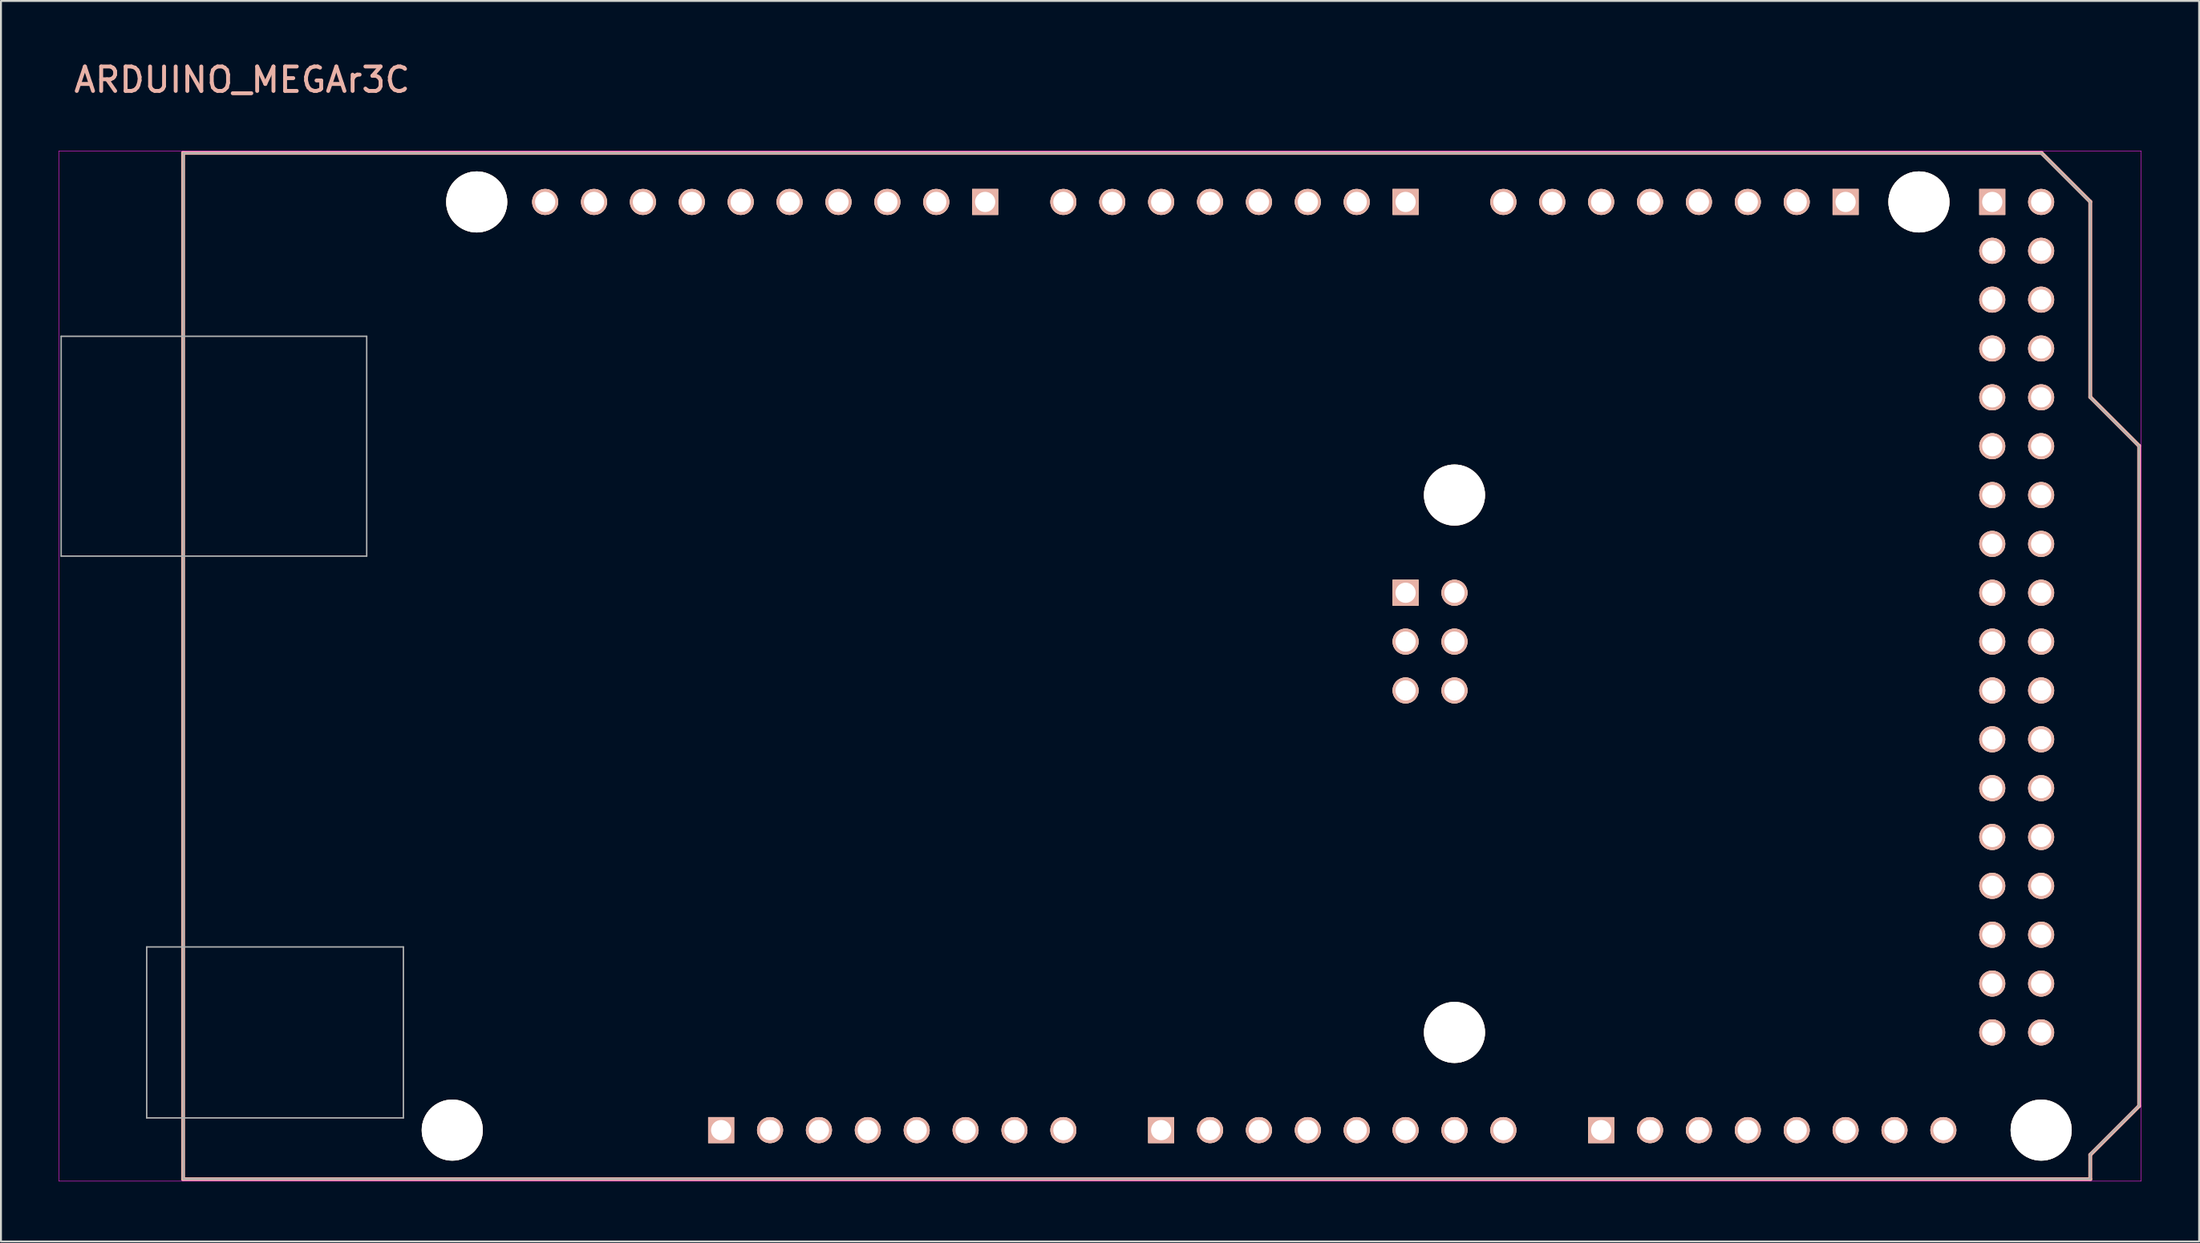
<source format=kicad_pcb>
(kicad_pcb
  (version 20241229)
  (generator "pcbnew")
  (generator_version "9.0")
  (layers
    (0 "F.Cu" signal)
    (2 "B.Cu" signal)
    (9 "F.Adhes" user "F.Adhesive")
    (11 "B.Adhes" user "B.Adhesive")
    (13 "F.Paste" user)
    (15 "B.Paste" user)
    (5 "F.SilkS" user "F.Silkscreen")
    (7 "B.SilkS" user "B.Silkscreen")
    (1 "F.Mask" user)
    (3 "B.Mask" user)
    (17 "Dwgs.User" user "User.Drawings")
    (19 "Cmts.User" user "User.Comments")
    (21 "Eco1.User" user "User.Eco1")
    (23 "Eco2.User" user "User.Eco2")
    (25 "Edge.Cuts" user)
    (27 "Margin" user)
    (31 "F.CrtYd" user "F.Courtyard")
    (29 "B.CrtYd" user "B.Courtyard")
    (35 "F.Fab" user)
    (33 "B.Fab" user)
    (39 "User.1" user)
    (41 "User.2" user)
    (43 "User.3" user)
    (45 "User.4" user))
  (footprint "ARDUINO_MEGAr3C"
    (layer "F.Cu")
    (at 6.477 58.25)
    (property "Reference" "ARDUINO_MEGAr3C" (at 3.048 -57.15 0) (layer "B.SilkS") (effects (font (size 1.27 1.27) (thickness 0.203))))
    (attr through_hole)
    (fp_line (start -0.013 0.013) (end -0.013 -53.353) (stroke (width 0.203) (type solid)) (layer "B.SilkS"))
    (fp_line (start 96.533 -53.353) (end -0.013 -53.353) (stroke (width 0.203) (type solid)) (layer "B.SilkS"))
    (fp_line (start 99.073 -50.813) (end 96.533 -53.353) (stroke (width 0.203) (type solid)) (layer "B.SilkS"))
    (fp_line (start 99.073 -40.653) (end 99.073 -50.813) (stroke (width 0.203) (type solid)) (layer "B.SilkS"))
    (fp_line (start 99.073 -40.653) (end 101.613 -38.113) (stroke (width 0.203) (type solid)) (layer "B.SilkS"))
    (fp_line (start 99.073 -1.257) (end 99.073 0.013) (stroke (width 0.203) (type solid)) (layer "B.SilkS"))
    (fp_line (start 99.073 0.013) (end -0.013 0.013) (stroke (width 0.203) (type solid)) (layer "B.SilkS"))
    (fp_line (start 101.613 -38.113) (end 101.613 -3.797) (stroke (width 0.203) (type solid)) (layer "B.SilkS"))
    (fp_line (start 101.613 -3.797) (end 99.073 -1.257) (stroke (width 0.203) (type solid)) (layer "B.SilkS"))
    (fp_line (start -6.464 -53.454) (end 101.714 -53.454) (stroke (width 0.025) (type solid)) (layer "F.CrtYd"))
    (fp_line (start -6.464 0.114) (end -6.464 -53.454) (stroke (width 0.025) (type solid)) (layer "F.CrtYd"))
    (fp_line (start 101.714 -53.454) (end 101.714 0.114) (stroke (width 0.025) (type solid)) (layer "F.CrtYd"))
    (fp_line (start 101.714 0.114) (end -6.464 0.114) (stroke (width 0.025) (type solid)) (layer "F.CrtYd"))
    (fp_line (start -6.35 -43.815) (end 9.525 -43.815) (stroke (width 0.076) (type solid)) (layer "F.Fab"))
    (fp_line (start -6.35 -32.385) (end -6.35 -43.815) (stroke (width 0.076) (type solid)) (layer "F.Fab"))
    (fp_line (start -1.905 -12.065) (end 11.43 -12.065) (stroke (width 0.076) (type solid)) (layer "F.Fab"))
    (fp_line (start -1.905 -3.175) (end -1.905 -12.065) (stroke (width 0.076) (type solid)) (layer "F.Fab"))
    (fp_line (start 0 0) (end 0 -53.34) (stroke (width 0.076) (type solid)) (layer "F.Fab"))
    (fp_line (start 9.525 -43.815) (end 9.525 -32.385) (stroke (width 0.076) (type solid)) (layer "F.Fab"))
    (fp_line (start 9.525 -32.385) (end -6.35 -32.385) (stroke (width 0.076) (type solid)) (layer "F.Fab"))
    (fp_line (start 11.43 -12.065) (end 11.43 -3.175) (stroke (width 0.076) (type solid)) (layer "F.Fab"))
    (fp_line (start 11.43 -3.175) (end -1.905 -3.175) (stroke (width 0.076) (type solid)) (layer "F.Fab"))
    (fp_line (start 96.52 -53.34) (end 0 -53.34) (stroke (width 0.076) (type solid)) (layer "F.Fab"))
    (fp_line (start 99.06 -50.8) (end 96.52 -53.34) (stroke (width 0.076) (type solid)) (layer "F.Fab"))
    (fp_line (start 99.06 -40.64) (end 99.06 -50.8) (stroke (width 0.076) (type solid)) (layer "F.Fab"))
    (fp_line (start 99.06 -40.64) (end 101.6 -38.1) (stroke (width 0.076) (type solid)) (layer "F.Fab"))
    (fp_line (start 99.06 -1.27) (end 99.06 0) (stroke (width 0.076) (type solid)) (layer "F.Fab"))
    (fp_line (start 99.06 0) (end 0 0) (stroke (width 0.076) (type solid)) (layer "F.Fab"))
    (fp_line (start 101.6 -38.1) (end 101.6 -3.81) (stroke (width 0.076) (type solid)) (layer "F.Fab"))
    (fp_line (start 101.6 -3.81) (end 99.06 -1.27) (stroke (width 0.076) (type solid)) (layer "F.Fab"))
    (pad "" np_thru_hole circle (at 13.97 -2.54 0.1) (size 3.175 3.175) (drill 3.175) (layers "*.Cu" "*.SilkS" "*.Mask"))
    (pad "" np_thru_hole circle (at 15.24 -50.8 0.1) (size 3.175 3.175) (drill 3.175) (layers "*.Cu" "*.SilkS" "*.Mask"))
    (pad "" np_thru_hole circle (at 66.04 -35.56 0.1) (size 3.175 3.175) (drill 3.175) (layers "*.Cu" "*.SilkS" "*.Mask"))
    (pad "" np_thru_hole circle (at 66.04 -7.62 0.1) (size 3.175 3.175) (drill 3.175) (layers "*.Cu" "*.SilkS" "*.Mask"))
    (pad "" np_thru_hole circle (at 90.17 -50.8 0.1) (size 3.175 3.175) (drill 3.175) (layers "*.Cu" "*.SilkS" "*.Mask"))
    (pad "" np_thru_hole circle (at 96.52 -2.54 0.1) (size 3.175 3.175) (drill 3.175) (layers "*.Cu" "*.SilkS" "*.Mask"))
    (pad "AH1" thru_hole rect (at 73.66 -2.54 270) (size 1.35 1.35) (drill 1.05) (layers "*.Cu" "*.SilkS" "*.Mask"))
    (pad "AH2" thru_hole circle (at 76.2 -2.54 270) (size 1.35 1.35) (drill 1.05) (layers "*.Cu" "*.SilkS" "*.Mask"))
    (pad "AH3" thru_hole circle (at 78.74 -2.54 270) (size 1.35 1.35) (drill 1.05) (layers "*.Cu" "*.SilkS" "*.Mask"))
    (pad "AH4" thru_hole circle (at 81.28 -2.54 270) (size 1.35 1.35) (drill 1.05) (layers "*.Cu" "*.SilkS" "*.Mask"))
    (pad "AH5" thru_hole circle (at 83.82 -2.54 270) (size 1.35 1.35) (drill 1.05) (layers "*.Cu" "*.SilkS" "*.Mask"))
    (pad "AH6" thru_hole circle (at 86.36 -2.54 270) (size 1.35 1.35) (drill 1.05) (layers "*.Cu" "*.SilkS" "*.Mask"))
    (pad "AH7" thru_hole circle (at 88.9 -2.54 270) (size 1.35 1.35) (drill 1.05) (layers "*.Cu" "*.SilkS" "*.Mask"))
    (pad "AH8" thru_hole circle (at 91.44 -2.54 270) (size 1.35 1.35) (drill 1.05) (layers "*.Cu" "*.SilkS" "*.Mask"))
    (pad "AL1" thru_hole rect (at 50.8 -2.54 270) (size 1.35 1.35) (drill 1.05) (layers "*.Cu" "*.SilkS" "*.Mask"))
    (pad "AL2" thru_hole circle (at 53.34 -2.54 270) (size 1.35 1.35) (drill 1.05) (layers "*.Cu" "*.SilkS" "*.Mask"))
    (pad "AL3" thru_hole circle (at 55.88 -2.54 270) (size 1.35 1.35) (drill 1.05) (layers "*.Cu" "*.SilkS" "*.Mask"))
    (pad "AL4" thru_hole circle (at 58.42 -2.54 270) (size 1.35 1.35) (drill 1.05) (layers "*.Cu" "*.SilkS" "*.Mask"))
    (pad "AL5" thru_hole circle (at 60.96 -2.54 270) (size 1.35 1.35) (drill 1.05) (layers "*.Cu" "*.SilkS" "*.Mask"))
    (pad "AL6" thru_hole circle (at 63.5 -2.54 270) (size 1.35 1.35) (drill 1.05) (layers "*.Cu" "*.SilkS" "*.Mask"))
    (pad "AL7" thru_hole circle (at 66.04 -2.54 270) (size 1.35 1.35) (drill 1.05) (layers "*.Cu" "*.SilkS" "*.Mask"))
    (pad "AL8" thru_hole circle (at 68.58 -2.54 270) (size 1.35 1.35) (drill 1.05) (layers "*.Cu" "*.SilkS" "*.Mask"))
    (pad "COM1" thru_hole rect (at 86.36 -50.8 90) (size 1.35 1.35) (drill 1.05) (layers "*.Cu" "*.SilkS" "*.Mask"))
    (pad "COM2" thru_hole circle (at 83.82 -50.8 90) (size 1.35 1.35) (drill 1.05) (layers "*.Cu" "*.SilkS" "*.Mask"))
    (pad "COM3" thru_hole circle (at 81.28 -50.8 90) (size 1.35 1.35) (drill 1.05) (layers "*.Cu" "*.SilkS" "*.Mask"))
    (pad "COM4" thru_hole circle (at 78.74 -50.8 90) (size 1.35 1.35) (drill 1.05) (layers "*.Cu" "*.SilkS" "*.Mask"))
    (pad "COM5" thru_hole circle (at 76.2 -50.8 90) (size 1.35 1.35) (drill 1.05) (layers "*.Cu" "*.SilkS" "*.Mask"))
    (pad "COM6" thru_hole circle (at 73.66 -50.8 90) (size 1.35 1.35) (drill 1.05) (layers "*.Cu" "*.SilkS" "*.Mask"))
    (pad "COM7" thru_hole circle (at 71.12 -50.8 90) (size 1.35 1.35) (drill 1.05) (layers "*.Cu" "*.SilkS" "*.Mask"))
    (pad "COM8" thru_hole circle (at 68.58 -50.8 90) (size 1.35 1.35) (drill 1.05) (layers "*.Cu" "*.SilkS" "*.Mask"))
    (pad "H1" thru_hole rect (at 41.656 -50.8 90) (size 1.35 1.35) (drill 1.05) (layers "*.Cu" "*.SilkS" "*.Mask"))
    (pad "H2" thru_hole circle (at 39.116 -50.8 90) (size 1.35 1.35) (drill 1.05) (layers "*.Cu" "*.SilkS" "*.Mask"))
    (pad "H3" thru_hole circle (at 36.576 -50.8 90) (size 1.35 1.35) (drill 1.05) (layers "*.Cu" "*.SilkS" "*.Mask"))
    (pad "H4" thru_hole circle (at 34.036 -50.8 90) (size 1.35 1.35) (drill 1.05) (layers "*.Cu" "*.SilkS" "*.Mask"))
    (pad "H5" thru_hole circle (at 31.496 -50.8 90) (size 1.35 1.35) (drill 1.05) (layers "*.Cu" "*.SilkS" "*.Mask"))
    (pad "H6" thru_hole circle (at 28.956 -50.8 90) (size 1.35 1.35) (drill 1.05) (layers "*.Cu" "*.SilkS" "*.Mask"))
    (pad "H7" thru_hole circle (at 26.416 -50.8 90) (size 1.35 1.35) (drill 1.05) (layers "*.Cu" "*.SilkS" "*.Mask"))
    (pad "H8" thru_hole circle (at 23.876 -50.8 90) (size 1.35 1.35) (drill 1.05) (layers "*.Cu" "*.SilkS" "*.Mask"))
    (pad "H9" thru_hole circle (at 21.336 -50.8 90) (size 1.35 1.35) (drill 1.05) (layers "*.Cu" "*.SilkS" "*.Mask"))
    (pad "H10" thru_hole circle (at 18.796 -50.8 90) (size 1.35 1.35) (drill 1.05) (layers "*.Cu" "*.SilkS" "*.Mask"))
    (pad "ISP1" thru_hole rect (at 63.5 -30.48 180) (size 1.35 1.35) (drill 1.05) (layers "*.Cu" "*.SilkS" "*.Mask"))
    (pad "ISP2" thru_hole circle (at 66.04 -30.48) (size 1.35 1.35) (drill 1.05) (layers "*.Cu" "*.SilkS" "*.Mask"))
    (pad "ISP3" thru_hole circle (at 63.5 -27.94 180) (size 1.35 1.35) (drill 1.05) (layers "*.Cu" "*.SilkS" "*.Mask"))
    (pad "ISP4" thru_hole circle (at 66.04 -27.94) (size 1.35 1.35) (drill 1.05) (layers "*.Cu" "*.SilkS" "*.Mask"))
    (pad "ISP5" thru_hole circle (at 63.5 -25.4 180) (size 1.35 1.35) (drill 1.05) (layers "*.Cu" "*.SilkS" "*.Mask"))
    (pad "ISP6" thru_hole circle (at 66.04 -25.4) (size 1.35 1.35) (drill 1.05) (layers "*.Cu" "*.SilkS" "*.Mask"))
    (pad "L1" thru_hole rect (at 63.5 -50.8 90) (size 1.35 1.35) (drill 1.05) (layers "*.Cu" "*.SilkS" "*.Mask"))
    (pad "L2" thru_hole circle (at 60.96 -50.8 90) (size 1.35 1.35) (drill 1.05) (layers "*.Cu" "*.SilkS" "*.Mask"))
    (pad "L3" thru_hole circle (at 58.42 -50.8 90) (size 1.35 1.35) (drill 1.05) (layers "*.Cu" "*.SilkS" "*.Mask"))
    (pad "L4" thru_hole circle (at 55.88 -50.8 90) (size 1.35 1.35) (drill 1.05) (layers "*.Cu" "*.SilkS" "*.Mask"))
    (pad "L5" thru_hole circle (at 53.34 -50.8 90) (size 1.35 1.35) (drill 1.05) (layers "*.Cu" "*.SilkS" "*.Mask"))
    (pad "L6" thru_hole circle (at 50.8 -50.8 90) (size 1.35 1.35) (drill 1.05) (layers "*.Cu" "*.SilkS" "*.Mask"))
    (pad "L7" thru_hole circle (at 48.26 -50.8 90) (size 1.35 1.35) (drill 1.05) (layers "*.Cu" "*.SilkS" "*.Mask"))
    (pad "L8" thru_hole circle (at 45.72 -50.8 90) (size 1.35 1.35) (drill 1.05) (layers "*.Cu" "*.SilkS" "*.Mask"))
    (pad "P1" thru_hole rect (at 27.94 -2.54 270) (size 1.35 1.35) (drill 1.05) (layers "*.Cu" "*.SilkS" "*.Mask"))
    (pad "P2" thru_hole circle (at 30.48 -2.54 270) (size 1.35 1.35) (drill 1.05) (layers "*.Cu" "*.SilkS" "*.Mask"))
    (pad "P3" thru_hole circle (at 33.02 -2.54 270) (size 1.35 1.35) (drill 1.05) (layers "*.Cu" "*.SilkS" "*.Mask"))
    (pad "P4" thru_hole circle (at 35.56 -2.54 270) (size 1.35 1.35) (drill 1.05) (layers "*.Cu" "*.SilkS" "*.Mask"))
    (pad "P5" thru_hole circle (at 38.1 -2.54 270) (size 1.35 1.35) (drill 1.05) (layers "*.Cu" "*.SilkS" "*.Mask"))
    (pad "P6" thru_hole circle (at 40.64 -2.54 270) (size 1.35 1.35) (drill 1.05) (layers "*.Cu" "*.SilkS" "*.Mask"))
    (pad "P7" thru_hole circle (at 43.18 -2.54 270) (size 1.35 1.35) (drill 1.05) (layers "*.Cu" "*.SilkS" "*.Mask"))
    (pad "P8" thru_hole circle (at 45.72 -2.54 270) (size 1.35 1.35) (drill 1.05) (layers "*.Cu" "*.SilkS" "*.Mask"))
    (pad "X1" thru_hole rect (at 93.98 -50.8 180) (size 1.35 1.35) (drill 1.05) (layers "*.Cu" "*.SilkS" "*.Mask"))
    (pad "X2" thru_hole circle (at 96.52 -50.8) (size 1.35 1.35) (drill 1.05) (layers "*.Cu" "*.SilkS" "*.Mask"))
    (pad "X3" thru_hole circle (at 93.98 -48.26 180) (size 1.35 1.35) (drill 1.05) (layers "*.Cu" "*.SilkS" "*.Mask"))
    (pad "X4" thru_hole circle (at 96.52 -48.26) (size 1.35 1.35) (drill 1.05) (layers "*.Cu" "*.SilkS" "*.Mask"))
    (pad "X5" thru_hole circle (at 93.98 -45.72 180) (size 1.35 1.35) (drill 1.05) (layers "*.Cu" "*.SilkS" "*.Mask"))
    (pad "X6" thru_hole circle (at 96.52 -45.72) (size 1.35 1.35) (drill 1.05) (layers "*.Cu" "*.SilkS" "*.Mask"))
    (pad "X7" thru_hole circle (at 93.98 -43.18 180) (size 1.35 1.35) (drill 1.05) (layers "*.Cu" "*.SilkS" "*.Mask"))
    (pad "X8" thru_hole circle (at 96.52 -43.18) (size 1.35 1.35) (drill 1.05) (layers "*.Cu" "*.SilkS" "*.Mask"))
    (pad "X9" thru_hole circle (at 93.98 -40.64 180) (size 1.35 1.35) (drill 1.05) (layers "*.Cu" "*.SilkS" "*.Mask"))
    (pad "X10" thru_hole circle (at 96.52 -40.64) (size 1.35 1.35) (drill 1.05) (layers "*.Cu" "*.SilkS" "*.Mask"))
    (pad "X11" thru_hole circle (at 93.98 -38.1 180) (size 1.35 1.35) (drill 1.05) (layers "*.Cu" "*.SilkS" "*.Mask"))
    (pad "X12" thru_hole circle (at 96.52 -38.1) (size 1.35 1.35) (drill 1.05) (layers "*.Cu" "*.SilkS" "*.Mask"))
    (pad "X13" thru_hole circle (at 93.98 -35.56 180) (size 1.35 1.35) (drill 1.05) (layers "*.Cu" "*.SilkS" "*.Mask"))
    (pad "X14" thru_hole circle (at 96.52 -35.56) (size 1.35 1.35) (drill 1.05) (layers "*.Cu" "*.SilkS" "*.Mask"))
    (pad "X15" thru_hole circle (at 93.98 -33.02 180) (size 1.35 1.35) (drill 1.05) (layers "*.Cu" "*.SilkS" "*.Mask"))
    (pad "X16" thru_hole circle (at 96.52 -33.02) (size 1.35 1.35) (drill 1.05) (layers "*.Cu" "*.SilkS" "*.Mask"))
    (pad "X17" thru_hole circle (at 93.98 -30.48 180) (size 1.35 1.35) (drill 1.05) (layers "*.Cu" "*.SilkS" "*.Mask"))
    (pad "X18" thru_hole circle (at 96.52 -30.48) (size 1.35 1.35) (drill 1.05) (layers "*.Cu" "*.SilkS" "*.Mask"))
    (pad "X19" thru_hole circle (at 93.98 -27.94 180) (size 1.35 1.35) (drill 1.05) (layers "*.Cu" "*.SilkS" "*.Mask"))
    (pad "X20" thru_hole circle (at 96.52 -27.94) (size 1.35 1.35) (drill 1.05) (layers "*.Cu" "*.SilkS" "*.Mask"))
    (pad "X21" thru_hole circle (at 93.98 -25.4 180) (size 1.35 1.35) (drill 1.05) (layers "*.Cu" "*.SilkS" "*.Mask"))
    (pad "X22" thru_hole circle (at 96.52 -25.4) (size 1.35 1.35) (drill 1.05) (layers "*.Cu" "*.SilkS" "*.Mask"))
    (pad "X23" thru_hole circle (at 93.98 -22.86 180) (size 1.35 1.35) (drill 1.05) (layers "*.Cu" "*.SilkS" "*.Mask"))
    (pad "X24" thru_hole circle (at 96.52 -22.86) (size 1.35 1.35) (drill 1.05) (layers "*.Cu" "*.SilkS" "*.Mask"))
    (pad "X25" thru_hole circle (at 93.98 -20.32 180) (size 1.35 1.35) (drill 1.05) (layers "*.Cu" "*.SilkS" "*.Mask"))
    (pad "X26" thru_hole circle (at 96.52 -20.32) (size 1.35 1.35) (drill 1.05) (layers "*.Cu" "*.SilkS" "*.Mask"))
    (pad "X27" thru_hole circle (at 93.98 -17.78 180) (size 1.35 1.35) (drill 1.05) (layers "*.Cu" "*.SilkS" "*.Mask"))
    (pad "X28" thru_hole circle (at 96.52 -17.78) (size 1.35 1.35) (drill 1.05) (layers "*.Cu" "*.SilkS" "*.Mask"))
    (pad "X29" thru_hole circle (at 93.98 -15.24 180) (size 1.35 1.35) (drill 1.05) (layers "*.Cu" "*.SilkS" "*.Mask"))
    (pad "X30" thru_hole circle (at 96.52 -15.24) (size 1.35 1.35) (drill 1.05) (layers "*.Cu" "*.SilkS" "*.Mask"))
    (pad "X31" thru_hole circle (at 93.98 -12.7 180) (size 1.35 1.35) (drill 1.05) (layers "*.Cu" "*.SilkS" "*.Mask"))
    (pad "X32" thru_hole circle (at 96.52 -12.7) (size 1.35 1.35) (drill 1.05) (layers "*.Cu" "*.SilkS" "*.Mask"))
    (pad "X33" thru_hole circle (at 93.98 -10.16 180) (size 1.35 1.35) (drill 1.05) (layers "*.Cu" "*.SilkS" "*.Mask"))
    (pad "X34" thru_hole circle (at 96.52 -10.16) (size 1.35 1.35) (drill 1.05) (layers "*.Cu" "*.SilkS" "*.Mask"))
    (pad "X35" thru_hole circle (at 93.98 -7.62 180) (size 1.35 1.35) (drill 1.05) (layers "*.Cu" "*.SilkS" "*.Mask"))
    (pad "X36" thru_hole circle (at 96.52 -7.62) (size 1.35 1.35) (drill 1.05) (layers "*.Cu" "*.SilkS" "*.Mask")))
  (gr_rect
    (start -3 -3)
    (end 111.204 61.5)
    (stroke (width 0.1) (type default))
    (fill no)
    (layer "Edge.Cuts")))
</source>
